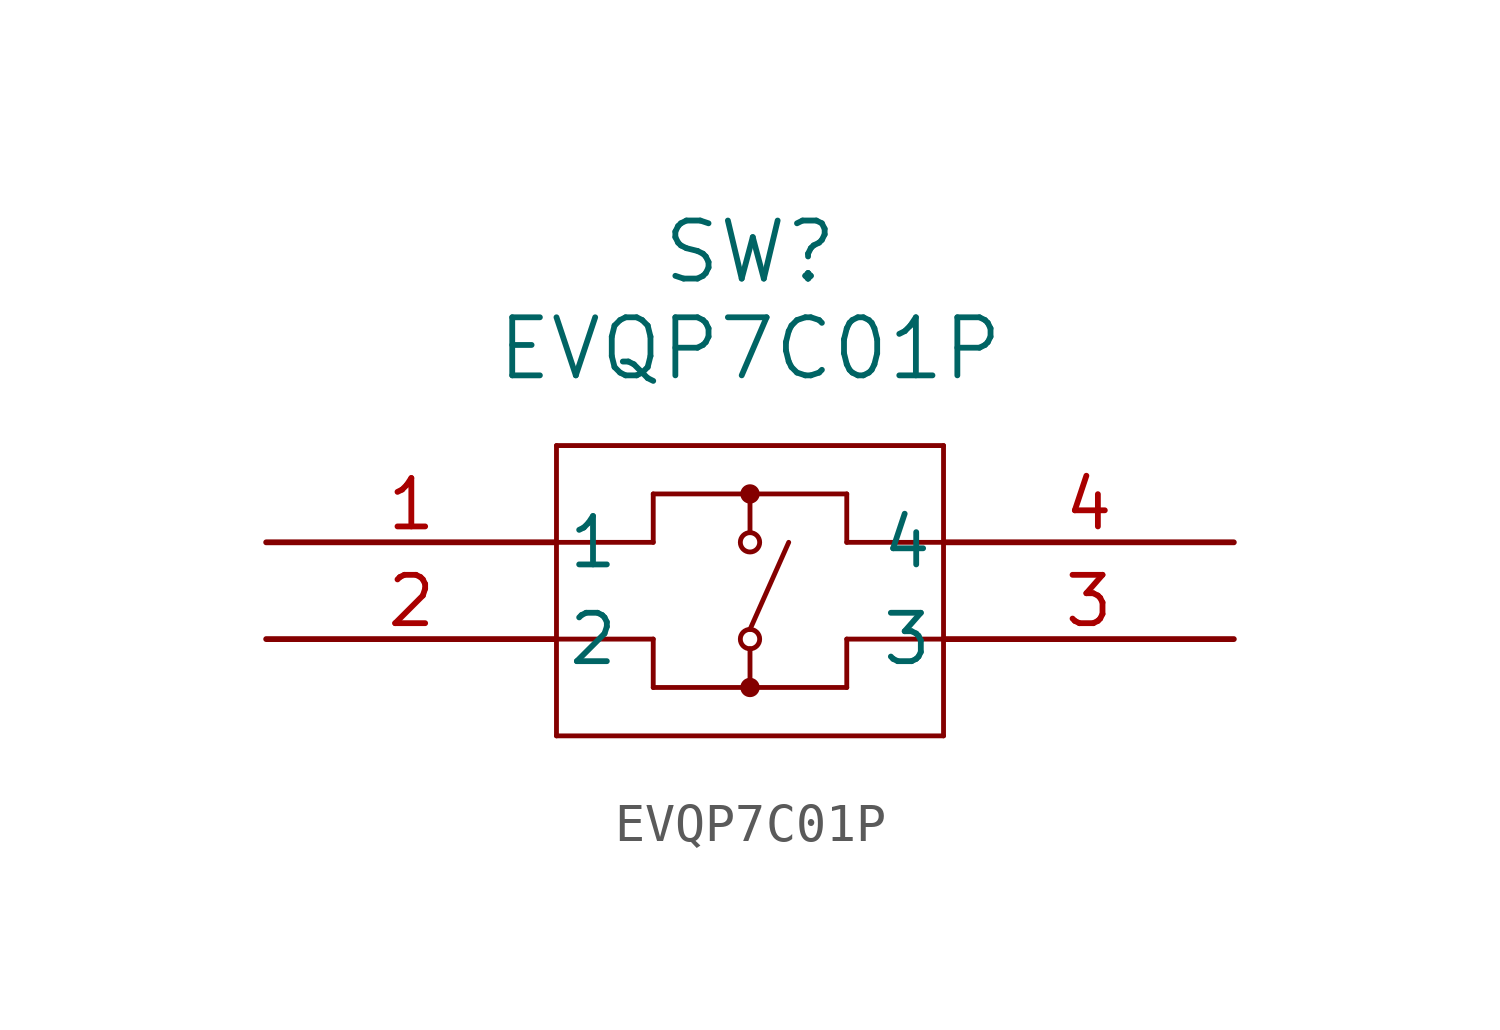
<source format=kicad_sym>
(kicad_symbol_lib
  (version 20211014)
  (generator kicad_symbol_editor)
  (symbol "EVQP7C01P"
    (pin_names
      (offset 0.254))
    (property "Reference" "SW"
      (at 12.7 7.62 0)
      (effects (font (size 1.524 1.524))))
    (property "Value" "EVQP7C01P"
      (at 12.7 5.08 0)
      (effects (font (size 1.524 1.524))))
    (symbol "EVQP7C01P_0_1"
      (polyline (pts (xy 7.62 2.54) (xy 7.62 -5.08)) (stroke (width 0.127) (type default) (color 0 0 0 0)) (fill (type none)))
      (polyline (pts (xy 7.62 -5.08) (xy 17.78 -5.08)) (stroke (width 0.127) (type default) (color 0 0 0 0)) (fill (type none)))
      (polyline (pts (xy 17.78 -5.08) (xy 17.78 2.54)) (stroke (width 0.127) (type default) (color 0 0 0 0)) (fill (type none)))
      (polyline (pts (xy 17.78 2.54) (xy 7.62 2.54)) (stroke (width 0.127) (type default) (color 0 0 0 0)) (fill (type none)))
      (polyline (pts (xy 7.62 0) (xy 10.16 0)) (stroke (width 0.127) (type default) (color 0 0 0 0)) (fill (type none)))
      (polyline (pts (xy 10.16 0) (xy 10.16 1.27)) (stroke (width 0.127) (type default) (color 0 0 0 0)) (fill (type none)))
      (polyline (pts (xy 10.16 1.27) (xy 15.24 1.27)) (stroke (width 0.127) (type default) (color 0 0 0 0)) (fill (type none)))
      (polyline (pts (xy 15.24 1.27) (xy 15.24 0)) (stroke (width 0.127) (type default) (color 0 0 0 0)) (fill (type none)))
      (polyline (pts (xy 15.24 0) (xy 17.78 0)) (stroke (width 0.127) (type default) (color 0 0 0 0)) (fill (type none)))
      (polyline (pts (xy 17.78 -2.54) (xy 15.24 -2.54)) (stroke (width 0.127) (type default) (color 0 0 0 0)) (fill (type none)))
      (polyline (pts (xy 15.24 -2.54) (xy 15.24 -3.81)) (stroke (width 0.127) (type default) (color 0 0 0 0)) (fill (type none)))
      (polyline (pts (xy 15.24 -3.81) (xy 10.16 -3.81)) (stroke (width 0.127) (type default) (color 0 0 0 0)) (fill (type none)))
      (polyline (pts (xy 10.16 -3.81) (xy 10.16 -2.54)) (stroke (width 0.127) (type default) (color 0 0 0 0)) (fill (type none)))
      (polyline (pts (xy 10.16 -2.54) (xy 7.62 -2.54)) (stroke (width 0.127) (type default) (color 0 0 0 0)) (fill (type none)))
      (polyline (pts (xy 12.7 1.27) (xy 12.7 0.254)) (stroke (width 0.127) (type default) (color 0 0 0 0)) (fill (type none)))
      (polyline (pts (xy 12.7 -2.794) (xy 12.7 -3.81)) (stroke (width 0.127) (type default) (color 0 0 0 0)) (fill (type none)))
      (circle (center 12.7 0) (radius 0.254) (stroke (width 0.127) (type default) (color 0 0 0 0)) (fill (type none)))
      (circle (center 12.7 -2.54) (radius 0.254) (stroke (width 0.127) (type default) (color 0 0 0 0)) (fill (type none)))
      (polyline (pts (xy 13.716 0) (xy 12.7 -2.286)) (stroke (width 0.127) (type default) (color 0 0 0 0)) (fill (type none)))
      (circle (center 12.7 1.27) (radius 0.127) (stroke (width 0.254) (type default) (color 0 0 0 0)) (fill (type none)))
      (circle (center 12.7 -3.81) (radius 0.127) (stroke (width 0.254) (type default) (color 0 0 0 0)) (fill (type none)))
      (pin unspecified line (at 0 0 0) (length 7.62) (name "1" (effects (font (size 1.27 1.27)))) (number "1" (effects (font (size 1.27 1.27)))))
      (pin unspecified line (at 0 -2.54 0) (length 7.62) (name "2" (effects (font (size 1.27 1.27)))) (number "2" (effects (font (size 1.27 1.27)))))
      (pin unspecified line (at 25.4 -2.54 180) (length 7.62) (name "3" (effects (font (size 1.27 1.27)))) (number "3" (effects (font (size 1.27 1.27)))))
      (pin unspecified line (at 25.4 0 180) (length 7.62) (name "4" (effects (font (size 1.27 1.27)))) (number "4" (effects (font (size 1.27 1.27))))))))
</source>
